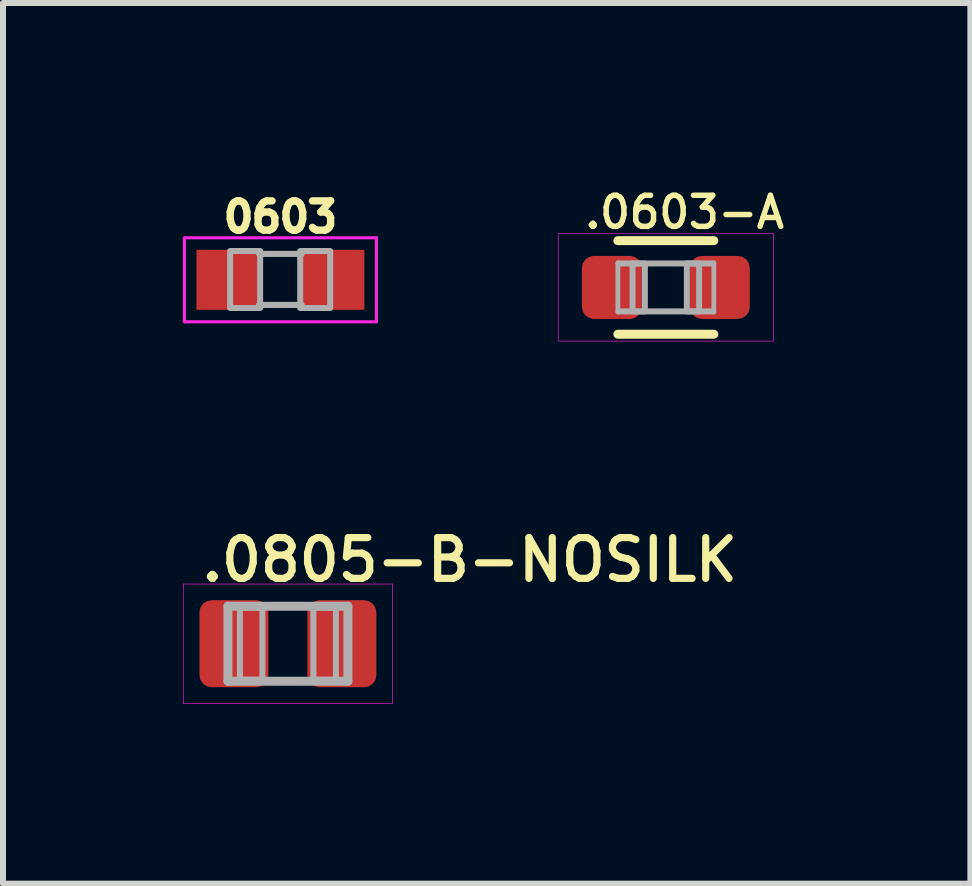
<source format=kicad_pcb>
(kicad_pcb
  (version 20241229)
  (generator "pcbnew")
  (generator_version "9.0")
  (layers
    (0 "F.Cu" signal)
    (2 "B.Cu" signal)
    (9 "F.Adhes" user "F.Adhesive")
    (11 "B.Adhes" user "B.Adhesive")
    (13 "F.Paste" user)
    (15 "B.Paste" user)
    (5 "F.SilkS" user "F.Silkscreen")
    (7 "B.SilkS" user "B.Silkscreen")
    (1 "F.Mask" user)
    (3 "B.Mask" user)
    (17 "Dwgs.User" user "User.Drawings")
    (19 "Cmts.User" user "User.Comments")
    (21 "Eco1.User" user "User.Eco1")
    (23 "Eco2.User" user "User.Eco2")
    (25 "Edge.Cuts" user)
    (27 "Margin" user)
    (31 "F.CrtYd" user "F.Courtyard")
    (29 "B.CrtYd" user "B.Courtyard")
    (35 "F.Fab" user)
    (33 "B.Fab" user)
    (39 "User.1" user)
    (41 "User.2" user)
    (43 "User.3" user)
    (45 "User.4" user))
  (footprint ".0603-A"
    (layer "F.Cu")
    (at 8.051 1.742)
    (property "Reference" ".0603-A" (at -1.4 -0.95 0) (unlocked yes) (layer "F.SilkS") (effects (font (size 0.518 0.518) (thickness 0.091)) (justify left bottom)))
    (fp_poly (pts (xy -0.34 0.59) (xy -1.46 0.59) (xy -1.46 -0.59) (xy -0.34 -0.59)) (stroke (width 0) (type default)) (fill yes) (layer "F.Mask"))
    (fp_poly (pts (xy 1.46 0.59) (xy 0.34 0.59) (xy 0.34 -0.59) (xy 1.46 -0.59)) (stroke (width 0) (type default)) (fill yes) (layer "F.Mask"))
    (fp_line (start -0.8 0.78) (end 0.8 0.78) (stroke (width 0.15) (type solid)) (layer "F.SilkS"))
    (fp_line (start 0.8 -0.78) (end -0.8 -0.78) (stroke (width 0.15) (type solid)) (layer "F.SilkS"))
    (fp_line (start -1.795 -0.895) (end -1.795 0.895) (stroke (width 0.01) (type solid)) (layer "F.CrtYd"))
    (fp_line (start -1.795 0.895) (end 1.795 0.895) (stroke (width 0.01) (type solid)) (layer "F.CrtYd"))
    (fp_line (start 1.795 -0.895) (end -1.795 -0.895) (stroke (width 0.01) (type solid)) (layer "F.CrtYd"))
    (fp_line (start 1.795 0.895) (end 1.795 -0.895) (stroke (width 0.01) (type solid)) (layer "F.CrtYd"))
    (fp_line (start -0.8 0.41) (end -0.8 -0.41) (stroke (width 0.08) (type solid)) (layer "F.Fab"))
    (fp_line (start -0.79 -0.4) (end 0.79 -0.4) (stroke (width 0.1) (type solid)) (layer "F.Fab"))
    (fp_line (start 0.79 0.4) (end -0.79 0.4) (stroke (width 0.1) (type solid)) (layer "F.Fab"))
    (fp_line (start 0.8 -0.41) (end 0.8 0.41) (stroke (width 0.08) (type solid)) (layer "F.Fab"))
    (fp_poly (pts (xy -0.555 0.4) (xy -0.35 0.4) (xy -0.35 -0.4) (xy -0.555 -0.4)) (stroke (width 0.1) (type default)) (fill no) (layer "F.Fab"))
    (fp_poly (pts (xy 0.35 0.4) (xy 0.555 0.4) (xy 0.555 -0.4) (xy 0.35 -0.4)) (stroke (width 0.1) (type default)) (fill no) (layer "F.Fab"))
    (pad "1" smd roundrect (at -0.9 0) (size 1 1.05) (layers "F.Cu" "F.Paste") (roundrect_rratio 0.2))
    (pad "2" smd roundrect (at 0.9 0) (size 1 1.05) (layers "F.Cu" "F.Paste") (roundrect_rratio 0.2)))
  (footprint "0603"
    (layer "F.Cu")
    (at 1.625 1.615)
    (property "Reference" "0603" (at 0 -0.762 0) (unlocked yes) (layer "F.SilkS") (effects (font (size 0.488 0.488) (thickness 0.122)) (justify bottom)))
    (fp_line (start -1.6 -0.7) (end 1.6 -0.7) (stroke (width 0.051) (type solid)) (layer "F.CrtYd"))
    (fp_line (start -1.6 0.7) (end -1.6 -0.7) (stroke (width 0.051) (type solid)) (layer "F.CrtYd"))
    (fp_line (start 1.6 -0.7) (end 1.6 0.7) (stroke (width 0.051) (type solid)) (layer "F.CrtYd"))
    (fp_line (start 1.6 0.7) (end -1.6 0.7) (stroke (width 0.051) (type solid)) (layer "F.CrtYd"))
    (fp_line (start -0.356 -0.432) (end 0.356 -0.432) (stroke (width 0.102) (type solid)) (layer "F.Fab"))
    (fp_line (start -0.356 0.419) (end 0.356 0.419) (stroke (width 0.102) (type solid)) (layer "F.Fab"))
    (fp_poly (pts (xy -0.838 0.47) (xy -0.338 0.47) (xy -0.338 -0.48) (xy -0.838 -0.48)) (stroke (width 0.1) (type default)) (fill no) (layer "F.Fab"))
    (fp_poly (pts (xy 0.33 0.47) (xy 0.83 0.47) (xy 0.83 -0.48) (xy 0.33 -0.48)) (stroke (width 0.1) (type default)) (fill no) (layer "F.Fab"))
    (pad "1" smd rect (at -0.85 0) (size 1.1 1) (layers "F.Cu" "F.Mask" "F.Paste"))
    (pad "2" smd rect (at 0.85 0) (size 1.1 1) (layers "F.Cu" "F.Mask" "F.Paste")))
  (footprint ".0805-B-NOSILK"
    (layer "F.Cu")
    (at 1.75 7.682)
    (property "Reference" ".0805-B-NOSILK" (at -1.5 -1 0) (unlocked yes) (layer "F.SilkS") (effects (font (size 0.68 0.68) (thickness 0.12)) (justify left bottom)))
    (fp_poly (pts (xy -0.26 0.79) (xy -1.54 0.79) (xy -1.54 -0.79) (xy -0.26 -0.79)) (stroke (width 0) (type default)) (fill yes) (layer "F.Mask"))
    (fp_poly (pts (xy 1.54 0.79) (xy 0.26 0.79) (xy 0.26 -0.79) (xy 1.54 -0.79)) (stroke (width 0) (type default)) (fill yes) (layer "F.Mask"))
    (fp_line (start -1.745 -0.995) (end -1.745 0.995) (stroke (width 0.01) (type solid)) (layer "F.CrtYd"))
    (fp_line (start -1.745 0.995) (end 1.745 0.995) (stroke (width 0.01) (type solid)) (layer "F.CrtYd"))
    (fp_line (start 1.745 -0.995) (end -1.745 -0.995) (stroke (width 0.01) (type solid)) (layer "F.CrtYd"))
    (fp_line (start 1.745 0.995) (end 1.745 -0.995) (stroke (width 0.01) (type solid)) (layer "F.CrtYd"))
    (fp_line (start -1 -0.625) (end 1 -0.625) (stroke (width 0.15) (type solid)) (layer "F.Fab"))
    (fp_line (start -1 0.625) (end -1 -0.625) (stroke (width 0.15) (type solid)) (layer "F.Fab"))
    (fp_line (start 1 -0.625) (end 1 0.625) (stroke (width 0.15) (type solid)) (layer "F.Fab"))
    (fp_line (start 1 0.625) (end -1 0.625) (stroke (width 0.15) (type solid)) (layer "F.Fab"))
    (fp_poly (pts (xy -0.8 0.6) (xy -0.425 0.6) (xy -0.425 -0.6) (xy -0.8 -0.6)) (stroke (width 0.1) (type default)) (fill no) (layer "F.Fab"))
    (fp_poly (pts (xy 0.425 0.6) (xy 0.8 0.6) (xy 0.8 -0.6) (xy 0.425 -0.6)) (stroke (width 0.1) (type default)) (fill no) (layer "F.Fab"))
    (pad "1" smd roundrect (at -0.9 0) (size 1.15 1.45) (layers "F.Cu" "F.Paste") (roundrect_rratio 0.175))
    (pad "2" smd roundrect (at 0.9 0) (size 1.15 1.45) (layers "F.Cu" "F.Paste") (roundrect_rratio 0.175)))
  (gr_rect
    (start -3 -3)
    (end 13.128 11.682)
    (stroke (width 0.1) (type default))
    (fill no)
    (layer "Edge.Cuts")))
</source>
